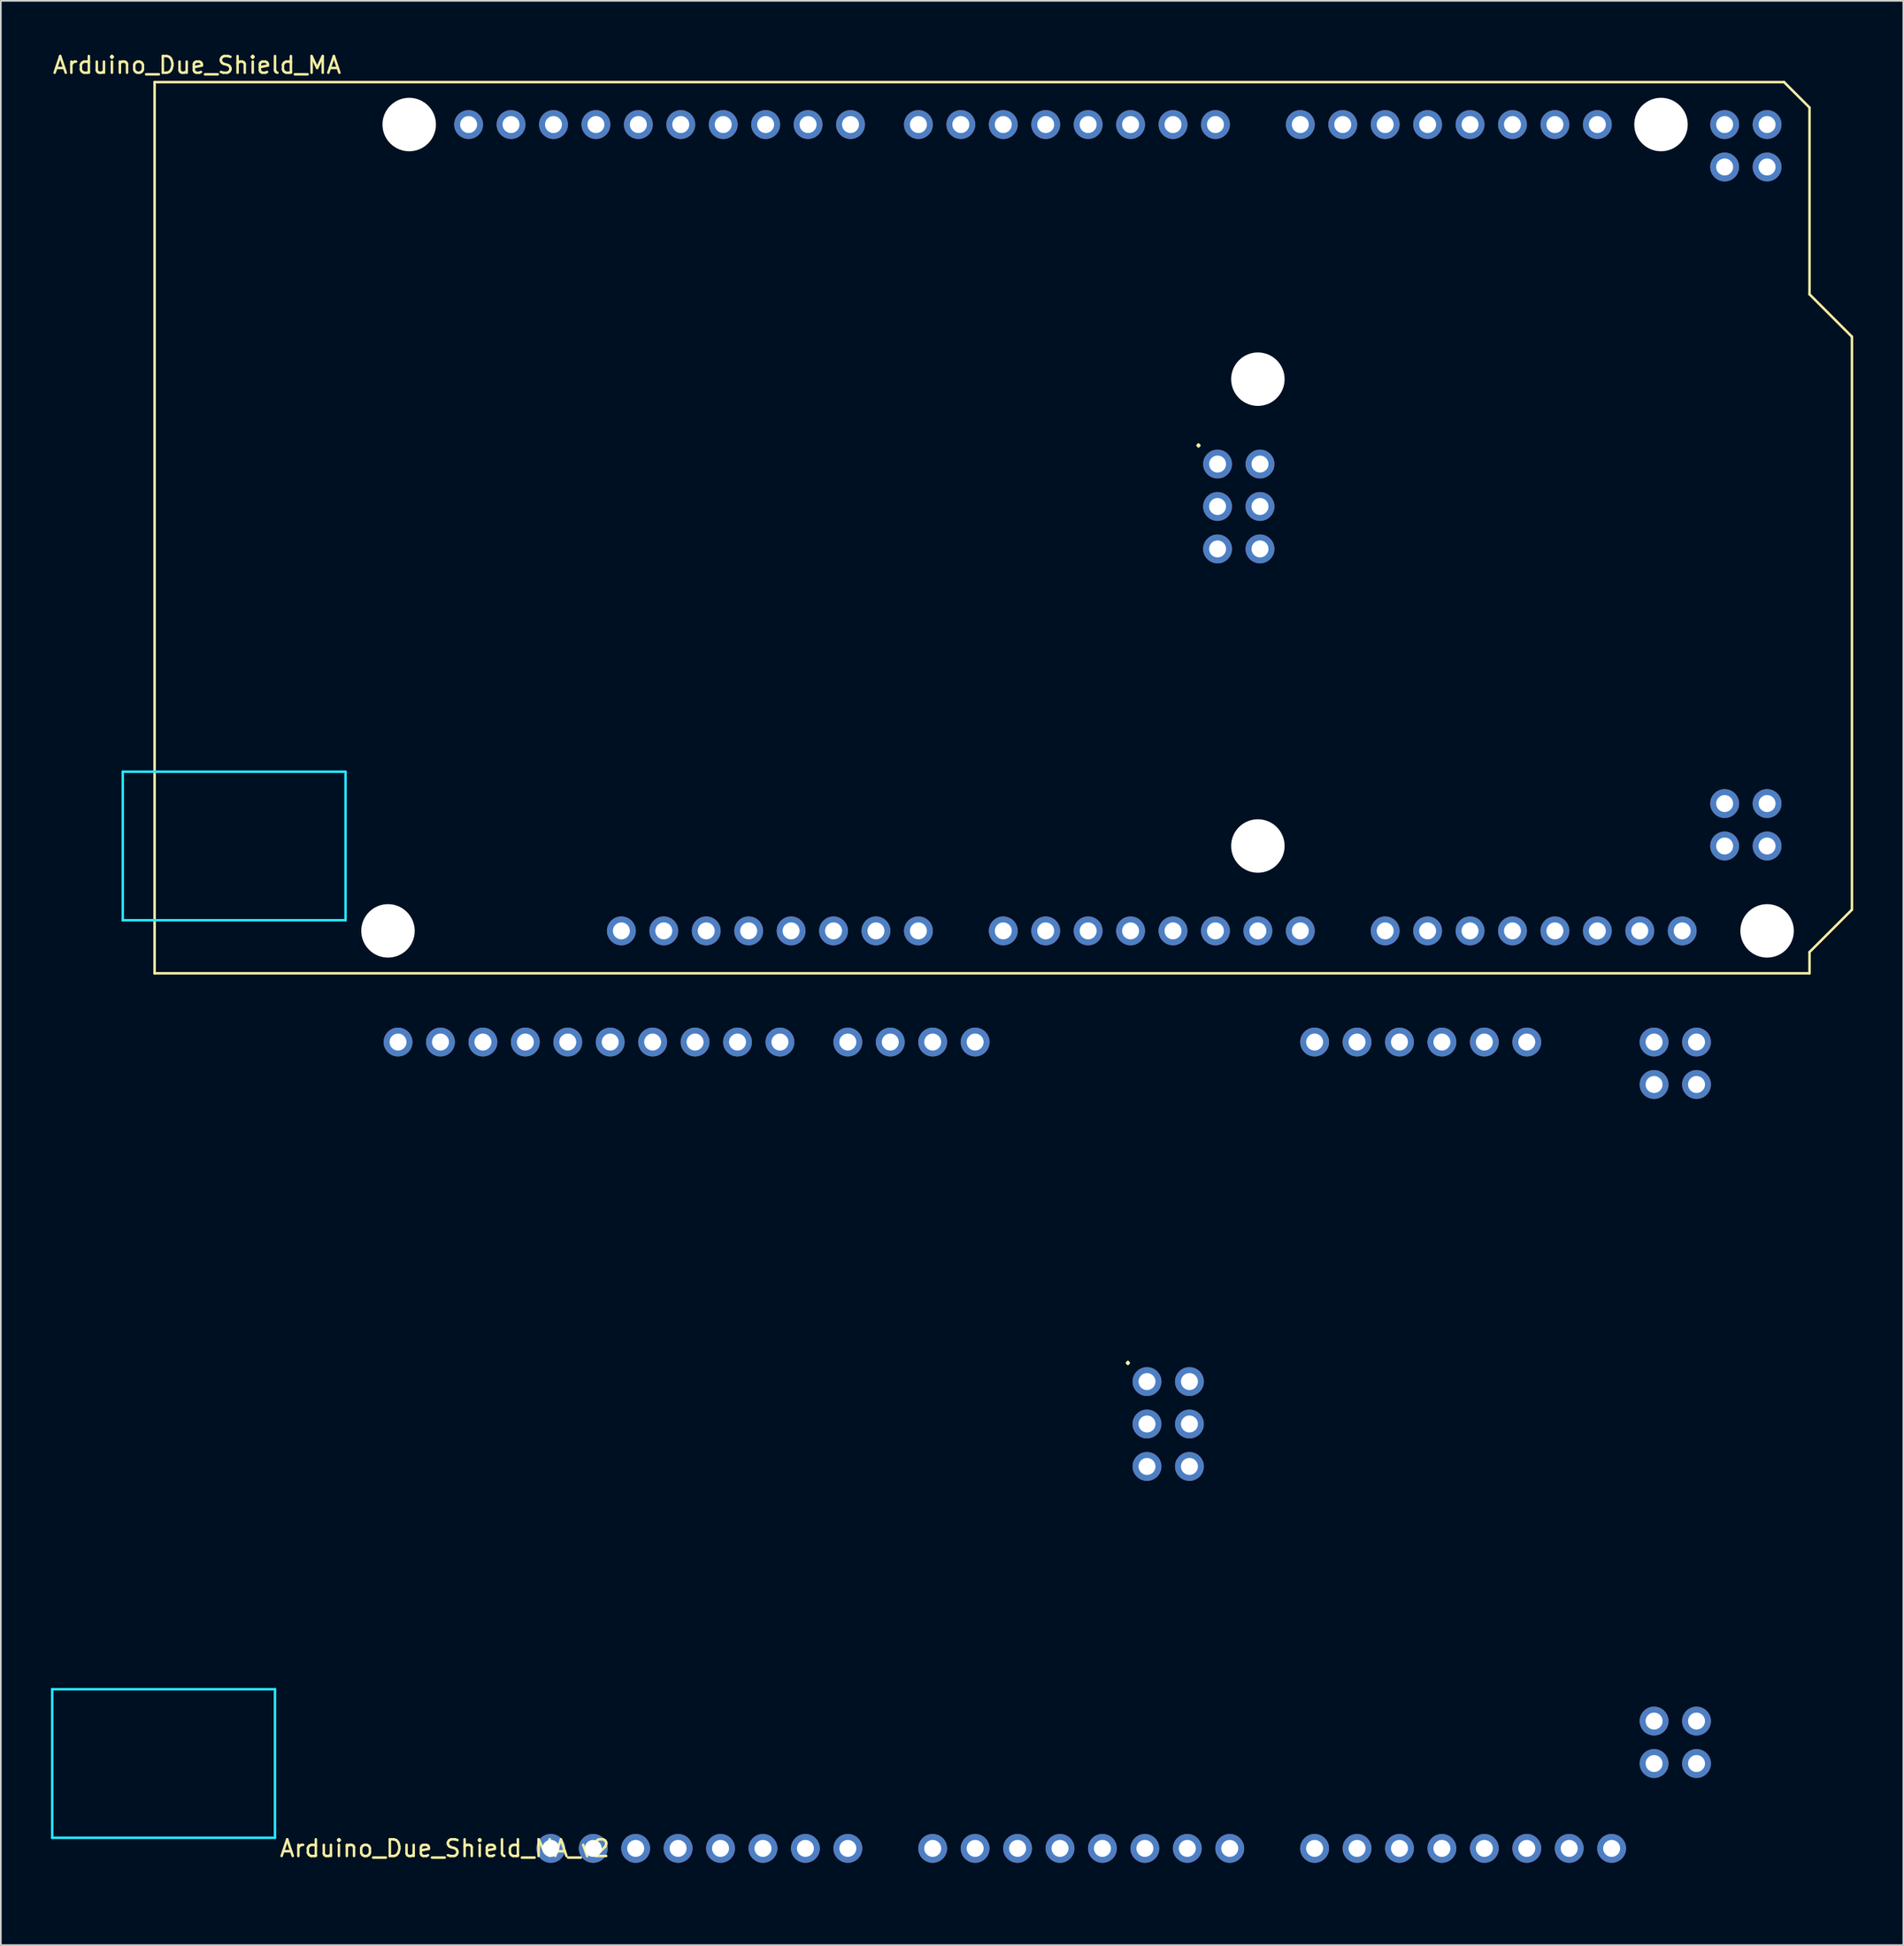
<source format=kicad_pcb>
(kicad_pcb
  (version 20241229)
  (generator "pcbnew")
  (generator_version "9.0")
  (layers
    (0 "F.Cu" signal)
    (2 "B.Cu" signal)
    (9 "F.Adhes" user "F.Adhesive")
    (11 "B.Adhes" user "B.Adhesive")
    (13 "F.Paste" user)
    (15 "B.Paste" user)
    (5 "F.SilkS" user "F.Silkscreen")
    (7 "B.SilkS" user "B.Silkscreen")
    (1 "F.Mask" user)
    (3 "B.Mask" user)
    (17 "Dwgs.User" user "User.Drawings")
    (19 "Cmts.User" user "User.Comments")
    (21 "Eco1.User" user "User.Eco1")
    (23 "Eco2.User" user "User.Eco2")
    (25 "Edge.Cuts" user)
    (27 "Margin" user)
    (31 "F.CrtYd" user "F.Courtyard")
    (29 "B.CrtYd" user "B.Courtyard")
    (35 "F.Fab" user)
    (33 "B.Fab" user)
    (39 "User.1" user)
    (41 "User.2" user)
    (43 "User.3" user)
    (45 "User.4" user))
  (footprint "Arduino_Due_Shield_MA"
    (layer "F.Cu")
    (at 6.204 55.204)
    (property "Reference" "Arduino_Due_Shield_MA" (at 2.54 -54.356 0) (layer "F.SilkS") (effects (font (size 1 1) (thickness 0.15))))
    (attr through_hole)
    (fp_line (start 0 -53.34) (end 0 0) (stroke (width 0.15) (type solid)) (layer "F.SilkS"))
    (fp_line (start 0 -53.34) (end 97.536 -53.34) (stroke (width 0.15) (type solid)) (layer "F.SilkS"))
    (fp_line (start 0 0) (end 99.06 0) (stroke (width 0.15) (type solid)) (layer "F.SilkS"))
    (fp_line (start 97.536 -53.34) (end 99.06 -51.816) (stroke (width 0.15) (type solid)) (layer "F.SilkS"))
    (fp_line (start 99.06 -40.64) (end 99.06 -51.816) (stroke (width 0.15) (type solid)) (layer "F.SilkS"))
    (fp_line (start 99.06 -1.27) (end 101.6 -3.81) (stroke (width 0.15) (type solid)) (layer "F.SilkS"))
    (fp_line (start 99.06 0) (end 99.06 -1.27) (stroke (width 0.15) (type solid)) (layer "F.SilkS"))
    (fp_line (start 101.6 -38.1) (end 99.06 -40.64) (stroke (width 0.15) (type solid)) (layer "F.SilkS"))
    (fp_line (start 101.6 -3.81) (end 101.6 -38.1) (stroke (width 0.15) (type solid)) (layer "F.SilkS"))
    (fp_line (start -1.905 -12.065) (end -1.905 -3.175) (stroke (width 0.15) (type solid)) (layer "B.CrtYd"))
    (fp_line (start -1.905 -12.065) (end 11.43 -12.065) (stroke (width 0.15) (type solid)) (layer "B.CrtYd"))
    (fp_line (start -1.905 -3.175) (end 11.43 -3.175) (stroke (width 0.15) (type solid)) (layer "B.CrtYd"))
    (fp_line (start 11.43 -12.065) (end 11.43 -3.175) (stroke (width 0.15) (type solid)) (layer "B.CrtYd"))
    (fp_text user "." (at 62.484 -32.004 0) (layer "F.SilkS") (effects (font (size 1 1) (thickness 0.15))))
    (pad "" np_thru_hole circle (at 13.97 -2.54) (size 3.2 3.2) (drill 3.2) (layers "*.Cu" "*.Mask"))
    (pad "" np_thru_hole circle (at 15.24 -50.8) (size 3.2 3.2) (drill 3.2) (layers "*.Cu" "*.Mask"))
    (pad "" thru_hole oval (at 27.94 -2.54) (size 1.727 1.727) (drill 1.016) (layers "*.Cu" "*.Mask"))
    (pad "" np_thru_hole circle (at 66.04 -35.56) (size 3.2 3.2) (drill 3.2) (layers "*.Cu" "*.Mask"))
    (pad "" np_thru_hole circle (at 66.04 -7.62) (size 3.2 3.2) (drill 3.2) (layers "*.Cu" "*.Mask"))
    (pad "" np_thru_hole circle (at 90.17 -50.8) (size 3.2 3.2) (drill 3.2) (layers "*.Cu" "*.Mask"))
    (pad "" np_thru_hole circle (at 96.52 -2.54) (size 3.2 3.2) (drill 3.2) (layers "*.Cu" "*.Mask"))
    (pad "3V3" thru_hole oval (at 35.56 -2.54) (size 1.727 1.727) (drill 1.016) (layers "*.Cu" "*.Mask"))
    (pad "5V1" thru_hole oval (at 38.1 -2.54) (size 1.727 1.727) (drill 1.016) (layers "*.Cu" "*.Mask"))
    (pad "5V2" thru_hole oval (at 66.167 -30.48) (size 1.727 1.727) (drill 1.016) (layers "*.Cu" "*.Mask"))
    (pad "5V3" thru_hole oval (at 93.98 -50.8) (size 1.727 1.727) (drill 1.016) (layers "*.Cu" "*.Mask"))
    (pad "5V4" thru_hole oval (at 96.52 -50.8) (size 1.727 1.727) (drill 1.016) (layers "*.Cu" "*.Mask"))
    (pad "A0" thru_hole oval (at 50.8 -2.54) (size 1.727 1.727) (drill 1.016) (layers "*.Cu" "*.Mask"))
    (pad "A1" thru_hole oval (at 53.34 -2.54) (size 1.727 1.727) (drill 1.016) (layers "*.Cu" "*.Mask"))
    (pad "A2" thru_hole oval (at 55.88 -2.54) (size 1.727 1.727) (drill 1.016) (layers "*.Cu" "*.Mask"))
    (pad "A3" thru_hole oval (at 58.42 -2.54) (size 1.727 1.727) (drill 1.016) (layers "*.Cu" "*.Mask"))
    (pad "A4" thru_hole oval (at 60.96 -2.54) (size 1.727 1.727) (drill 1.016) (layers "*.Cu" "*.Mask"))
    (pad "A5" thru_hole oval (at 63.5 -2.54) (size 1.727 1.727) (drill 1.016) (layers "*.Cu" "*.Mask"))
    (pad "A6" thru_hole oval (at 66.04 -2.54) (size 1.727 1.727) (drill 1.016) (layers "*.Cu" "*.Mask"))
    (pad "A7" thru_hole oval (at 68.58 -2.54) (size 1.727 1.727) (drill 1.016) (layers "*.Cu" "*.Mask"))
    (pad "A8" thru_hole oval (at 73.66 -2.54) (size 1.727 1.727) (drill 1.016) (layers "*.Cu" "*.Mask"))
    (pad "A9" thru_hole oval (at 76.2 -2.54) (size 1.727 1.727) (drill 1.016) (layers "*.Cu" "*.Mask"))
    (pad "A10" thru_hole oval (at 78.74 -2.54) (size 1.727 1.727) (drill 1.016) (layers "*.Cu" "*.Mask"))
    (pad "A11" thru_hole oval (at 81.28 -2.54) (size 1.727 1.727) (drill 1.016) (layers "*.Cu" "*.Mask"))
    (pad "AREF" thru_hole oval (at 23.876 -50.8) (size 1.727 1.727) (drill 1.016) (layers "*.Cu" "*.Mask"))
    (pad "CANR" thru_hole oval (at 88.9 -2.54) (size 1.727 1.727) (drill 1.016) (layers "*.Cu" "*.Mask"))
    (pad "CANT" thru_hole oval (at 91.44 -2.54) (size 1.727 1.727) (drill 1.016) (layers "*.Cu" "*.Mask"))
    (pad "D0" thru_hole oval (at 63.5 -50.8) (size 1.727 1.727) (drill 1.016) (layers "*.Cu" "*.Mask"))
    (pad "D1" thru_hole oval (at 60.96 -50.8) (size 1.727 1.727) (drill 1.016) (layers "*.Cu" "*.Mask"))
    (pad "D2" thru_hole oval (at 58.42 -50.8) (size 1.727 1.727) (drill 1.016) (layers "*.Cu" "*.Mask"))
    (pad "D3" thru_hole oval (at 55.88 -50.8) (size 1.727 1.727) (drill 1.016) (layers "*.Cu" "*.Mask"))
    (pad "D4" thru_hole oval (at 53.34 -50.8) (size 1.727 1.727) (drill 1.016) (layers "*.Cu" "*.Mask"))
    (pad "D5" thru_hole oval (at 50.8 -50.8) (size 1.727 1.727) (drill 1.016) (layers "*.Cu" "*.Mask"))
    (pad "D6" thru_hole oval (at 48.26 -50.8) (size 1.727 1.727) (drill 1.016) (layers "*.Cu" "*.Mask"))
    (pad "D7" thru_hole oval (at 45.72 -50.8) (size 1.727 1.727) (drill 1.016) (layers "*.Cu" "*.Mask"))
    (pad "D8" thru_hole oval (at 41.656 -50.8) (size 1.727 1.727) (drill 1.016) (layers "*.Cu" "*.Mask"))
    (pad "D9" thru_hole oval (at 39.116 -50.8) (size 1.727 1.727) (drill 1.016) (layers "*.Cu" "*.Mask"))
    (pad "D10" thru_hole oval (at 36.576 -50.8) (size 1.727 1.727) (drill 1.016) (layers "*.Cu" "*.Mask"))
    (pad "D11" thru_hole oval (at 34.036 -50.8) (size 1.727 1.727) (drill 1.016) (layers "*.Cu" "*.Mask"))
    (pad "D12" thru_hole oval (at 31.496 -50.8) (size 1.727 1.727) (drill 1.016) (layers "*.Cu" "*.Mask"))
    (pad "D13" thru_hole oval (at 28.956 -50.8) (size 1.727 1.727) (drill 1.016) (layers "*.Cu" "*.Mask"))
    (pad "D14" thru_hole oval (at 68.58 -50.8) (size 1.727 1.727) (drill 1.016) (layers "*.Cu" "*.Mask"))
    (pad "D15" thru_hole oval (at 71.12 -50.8) (size 1.727 1.727) (drill 1.016) (layers "*.Cu" "*.Mask"))
    (pad "D16" thru_hole oval (at 73.66 -50.8) (size 1.727 1.727) (drill 1.016) (layers "*.Cu" "*.Mask"))
    (pad "D17" thru_hole oval (at 76.2 -50.8) (size 1.727 1.727) (drill 1.016) (layers "*.Cu" "*.Mask"))
    (pad "D18" thru_hole oval (at 78.74 -50.8) (size 1.727 1.727) (drill 1.016) (layers "*.Cu" "*.Mask"))
    (pad "D19" thru_hole oval (at 81.28 -50.8) (size 1.727 1.727) (drill 1.016) (layers "*.Cu" "*.Mask"))
    (pad "D20" thru_hole oval (at 83.82 -50.8) (size 1.727 1.727) (drill 1.016) (layers "*.Cu" "*.Mask"))
    (pad "D21" thru_hole oval (at 86.36 -50.8) (size 1.727 1.727) (drill 1.016) (layers "*.Cu" "*.Mask"))
    (pad "D22" thru_hole oval (at 93.98 -48.26) (size 1.727 1.727) (drill 1.016) (layers "*.Cu" "*.Mask"))
    (pad "D23" thru_hole oval (at 96.52 -48.26) (size 1.727 1.727) (drill 1.016) (layers "*.Cu" "*.Mask"))
    (pad "D52" thru_hole oval (at 93.98 -10.16) (size 1.727 1.727) (drill 1.016) (layers "*.Cu" "*.Mask"))
    (pad "D53" thru_hole oval (at 96.52 -10.16) (size 1.727 1.727) (drill 1.016) (layers "*.Cu" "*.Mask"))
    (pad "DAC0" thru_hole oval (at 83.82 -2.54) (size 1.727 1.727) (drill 1.016) (layers "*.Cu" "*.Mask"))
    (pad "DAC1" thru_hole oval (at 86.36 -2.54) (size 1.727 1.727) (drill 1.016) (layers "*.Cu" "*.Mask"))
    (pad "GND1" thru_hole oval (at 26.416 -50.8) (size 1.727 1.727) (drill 1.016) (layers "*.Cu" "*.Mask"))
    (pad "GND2" thru_hole oval (at 40.64 -2.54) (size 1.727 1.727) (drill 1.016) (layers "*.Cu" "*.Mask"))
    (pad "GND3" thru_hole oval (at 43.18 -2.54) (size 1.727 1.727) (drill 1.016) (layers "*.Cu" "*.Mask"))
    (pad "GND4" thru_hole oval (at 66.167 -25.4) (size 1.727 1.727) (drill 1.016) (layers "*.Cu" "*.Mask"))
    (pad "GND5" thru_hole oval (at 93.98 -7.62) (size 1.727 1.727) (drill 1.016) (layers "*.Cu" "*.Mask"))
    (pad "GND6" thru_hole oval (at 96.52 -7.62) (size 1.727 1.727) (drill 1.016) (layers "*.Cu" "*.Mask"))
    (pad "IORF" thru_hole oval (at 30.48 -2.54) (size 1.727 1.727) (drill 1.016) (layers "*.Cu" "*.Mask"))
    (pad "MISO" thru_hole oval (at 63.627 -30.48) (size 1.727 1.727) (drill 1.016) (layers "*.Cu" "*.Mask"))
    (pad "MOSI" thru_hole oval (at 66.167 -27.94) (size 1.727 1.727) (drill 1.016) (layers "*.Cu" "*.Mask"))
    (pad "RST1" thru_hole oval (at 33.02 -2.54) (size 1.727 1.727) (drill 1.016) (layers "*.Cu" "*.Mask"))
    (pad "RST2" thru_hole oval (at 63.627 -25.4) (size 1.727 1.727) (drill 1.016) (layers "*.Cu" "*.Mask"))
    (pad "SCK" thru_hole oval (at 63.627 -27.94) (size 1.727 1.727) (drill 1.016) (layers "*.Cu" "*.Mask"))
    (pad "SCL1" thru_hole oval (at 18.796 -50.8) (size 1.727 1.727) (drill 1.016) (layers "*.Cu" "*.Mask"))
    (pad "SDA1" thru_hole oval (at 21.336 -50.8) (size 1.727 1.727) (drill 1.016) (layers "*.Cu" "*.Mask"))
    (pad "VIN" thru_hole oval (at 45.72 -2.54) (size 1.727 1.727) (drill 1.016) (layers "*.Cu" "*.Mask")))
  (footprint "Arduino_Due_Shield_MA_v2"
    (layer "F.Cu")
    (at 1.98 110.118)
    (property "Reference" "Arduino_Due_Shield_MA_v2" (at 21.59 -2.54 0) (layer "F.SilkS") (effects (font (size 1 1) (thickness 0.15))))
    (attr through_hole)
    (fp_line (start -1.905 -12.065) (end -1.905 -3.175) (stroke (width 0.15) (type solid)) (layer "B.CrtYd"))
    (fp_line (start -1.905 -12.065) (end 11.43 -12.065) (stroke (width 0.15) (type solid)) (layer "B.CrtYd"))
    (fp_line (start -1.905 -3.175) (end 11.43 -3.175) (stroke (width 0.15) (type solid)) (layer "B.CrtYd"))
    (fp_line (start 11.43 -12.065) (end 11.43 -3.175) (stroke (width 0.15) (type solid)) (layer "B.CrtYd"))
    (fp_text user "." (at 62.484 -32.004 0) (layer "F.SilkS") (effects (font (size 1 1) (thickness 0.15))))
    (pad "" thru_hole oval (at 27.94 -2.54) (size 1.727 1.727) (drill 1.016) (layers "*.Cu" "*.Mask"))
    (pad "3V3" thru_hole oval (at 35.56 -2.54) (size 1.727 1.727) (drill 1.016) (layers "*.Cu" "*.Mask"))
    (pad "5V1" thru_hole oval (at 38.1 -2.54) (size 1.727 1.727) (drill 1.016) (layers "*.Cu" "*.Mask"))
    (pad "5V2" thru_hole oval (at 66.167 -30.48) (size 1.727 1.727) (drill 1.016) (layers "*.Cu" "*.Mask"))
    (pad "5V3" thru_hole oval (at 93.98 -50.8) (size 1.727 1.727) (drill 1.016) (layers "*.Cu" "*.Mask"))
    (pad "5V4" thru_hole oval (at 96.52 -50.8) (size 1.727 1.727) (drill 1.016) (layers "*.Cu" "*.Mask"))
    (pad "A0" thru_hole oval (at 50.8 -2.54) (size 1.727 1.727) (drill 1.016) (layers "*.Cu" "*.Mask"))
    (pad "A1" thru_hole oval (at 53.34 -2.54) (size 1.727 1.727) (drill 1.016) (layers "*.Cu" "*.Mask"))
    (pad "A2" thru_hole oval (at 55.88 -2.54) (size 1.727 1.727) (drill 1.016) (layers "*.Cu" "*.Mask"))
    (pad "A3" thru_hole oval (at 58.42 -2.54) (size 1.727 1.727) (drill 1.016) (layers "*.Cu" "*.Mask"))
    (pad "A4" thru_hole oval (at 60.96 -2.54) (size 1.727 1.727) (drill 1.016) (layers "*.Cu" "*.Mask"))
    (pad "A5" thru_hole oval (at 63.5 -2.54) (size 1.727 1.727) (drill 1.016) (layers "*.Cu" "*.Mask"))
    (pad "A6" thru_hole oval (at 66.04 -2.54) (size 1.727 1.727) (drill 1.016) (layers "*.Cu" "*.Mask"))
    (pad "A7" thru_hole oval (at 68.58 -2.54) (size 1.727 1.727) (drill 1.016) (layers "*.Cu" "*.Mask"))
    (pad "A8" thru_hole oval (at 73.66 -2.54) (size 1.727 1.727) (drill 1.016) (layers "*.Cu" "*.Mask"))
    (pad "A9" thru_hole oval (at 76.2 -2.54) (size 1.727 1.727) (drill 1.016) (layers "*.Cu" "*.Mask"))
    (pad "A10" thru_hole oval (at 78.74 -2.54) (size 1.727 1.727) (drill 1.016) (layers "*.Cu" "*.Mask"))
    (pad "A11" thru_hole oval (at 81.28 -2.54) (size 1.727 1.727) (drill 1.016) (layers "*.Cu" "*.Mask"))
    (pad "AREF" thru_hole oval (at 23.876 -50.8) (size 1.727 1.727) (drill 1.016) (layers "*.Cu" "*.Mask"))
    (pad "CANR" thru_hole oval (at 88.9 -2.54) (size 1.727 1.727) (drill 1.016) (layers "*.Cu" "*.Mask"))
    (pad "CANT" thru_hole oval (at 91.44 -2.54) (size 1.727 1.727) (drill 1.016) (layers "*.Cu" "*.Mask"))
    (pad "D4" thru_hole oval (at 53.34 -50.8) (size 1.727 1.727) (drill 1.016) (layers "*.Cu" "*.Mask"))
    (pad "D5" thru_hole oval (at 50.8 -50.8) (size 1.727 1.727) (drill 1.016) (layers "*.Cu" "*.Mask"))
    (pad "D6" thru_hole oval (at 48.26 -50.8) (size 1.727 1.727) (drill 1.016) (layers "*.Cu" "*.Mask"))
    (pad "D7" thru_hole oval (at 45.72 -50.8) (size 1.727 1.727) (drill 1.016) (layers "*.Cu" "*.Mask"))
    (pad "D8" thru_hole oval (at 41.656 -50.8) (size 1.727 1.727) (drill 1.016) (layers "*.Cu" "*.Mask"))
    (pad "D9" thru_hole oval (at 39.116 -50.8) (size 1.727 1.727) (drill 1.016) (layers "*.Cu" "*.Mask"))
    (pad "D10" thru_hole oval (at 36.576 -50.8) (size 1.727 1.727) (drill 1.016) (layers "*.Cu" "*.Mask"))
    (pad "D11" thru_hole oval (at 34.036 -50.8) (size 1.727 1.727) (drill 1.016) (layers "*.Cu" "*.Mask"))
    (pad "D12" thru_hole oval (at 31.496 -50.8) (size 1.727 1.727) (drill 1.016) (layers "*.Cu" "*.Mask"))
    (pad "D13" thru_hole oval (at 28.956 -50.8) (size 1.727 1.727) (drill 1.016) (layers "*.Cu" "*.Mask"))
    (pad "D16" thru_hole oval (at 73.66 -50.8) (size 1.727 1.727) (drill 1.016) (layers "*.Cu" "*.Mask"))
    (pad "D17" thru_hole oval (at 76.2 -50.8) (size 1.727 1.727) (drill 1.016) (layers "*.Cu" "*.Mask"))
    (pad "D18" thru_hole oval (at 78.74 -50.8) (size 1.727 1.727) (drill 1.016) (layers "*.Cu" "*.Mask"))
    (pad "D19" thru_hole oval (at 81.28 -50.8) (size 1.727 1.727) (drill 1.016) (layers "*.Cu" "*.Mask"))
    (pad "D20" thru_hole oval (at 83.82 -50.8) (size 1.727 1.727) (drill 1.016) (layers "*.Cu" "*.Mask"))
    (pad "D21" thru_hole oval (at 86.36 -50.8) (size 1.727 1.727) (drill 1.016) (layers "*.Cu" "*.Mask"))
    (pad "D22" thru_hole oval (at 93.98 -48.26) (size 1.727 1.727) (drill 1.016) (layers "*.Cu" "*.Mask"))
    (pad "D23" thru_hole oval (at 96.52 -48.26) (size 1.727 1.727) (drill 1.016) (layers "*.Cu" "*.Mask"))
    (pad "D52" thru_hole oval (at 93.98 -10.16) (size 1.727 1.727) (drill 1.016) (layers "*.Cu" "*.Mask"))
    (pad "D53" thru_hole oval (at 96.52 -10.16) (size 1.727 1.727) (drill 1.016) (layers "*.Cu" "*.Mask"))
    (pad "DAC0" thru_hole oval (at 83.82 -2.54) (size 1.727 1.727) (drill 1.016) (layers "*.Cu" "*.Mask"))
    (pad "DAC1" thru_hole oval (at 86.36 -2.54) (size 1.727 1.727) (drill 1.016) (layers "*.Cu" "*.Mask"))
    (pad "GND1" thru_hole oval (at 26.416 -50.8) (size 1.727 1.727) (drill 1.016) (layers "*.Cu" "*.Mask"))
    (pad "GND2" thru_hole oval (at 40.64 -2.54) (size 1.727 1.727) (drill 1.016) (layers "*.Cu" "*.Mask"))
    (pad "GND3" thru_hole oval (at 43.18 -2.54) (size 1.727 1.727) (drill 1.016) (layers "*.Cu" "*.Mask"))
    (pad "GND4" thru_hole oval (at 66.167 -25.4) (size 1.727 1.727) (drill 1.016) (layers "*.Cu" "*.Mask"))
    (pad "GND5" thru_hole oval (at 93.98 -7.62) (size 1.727 1.727) (drill 1.016) (layers "*.Cu" "*.Mask"))
    (pad "GND6" thru_hole oval (at 96.52 -7.62) (size 1.727 1.727) (drill 1.016) (layers "*.Cu" "*.Mask"))
    (pad "IORF" thru_hole oval (at 30.48 -2.54) (size 1.727 1.727) (drill 1.016) (layers "*.Cu" "*.Mask"))
    (pad "MISO" thru_hole oval (at 63.627 -30.48) (size 1.727 1.727) (drill 1.016) (layers "*.Cu" "*.Mask"))
    (pad "MOSI" thru_hole oval (at 66.167 -27.94) (size 1.727 1.727) (drill 1.016) (layers "*.Cu" "*.Mask"))
    (pad "RST1" thru_hole oval (at 33.02 -2.54) (size 1.727 1.727) (drill 1.016) (layers "*.Cu" "*.Mask"))
    (pad "RST2" thru_hole oval (at 63.627 -25.4) (size 1.727 1.727) (drill 1.016) (layers "*.Cu" "*.Mask"))
    (pad "SCK" thru_hole oval (at 63.627 -27.94) (size 1.727 1.727) (drill 1.016) (layers "*.Cu" "*.Mask"))
    (pad "SCL1" thru_hole oval (at 18.796 -50.8) (size 1.727 1.727) (drill 1.016) (layers "*.Cu" "*.Mask"))
    (pad "SDA1" thru_hole oval (at 21.336 -50.8) (size 1.727 1.727) (drill 1.016) (layers "*.Cu" "*.Mask"))
    (pad "VIN" thru_hole oval (at 45.72 -2.54) (size 1.727 1.727) (drill 1.016) (layers "*.Cu" "*.Mask")))
  (gr_rect
    (start -3 -3)
    (end 110.879 113.368)
    (stroke (width 0.1) (type default))
    (fill no)
    (layer "Edge.Cuts")))
</source>
